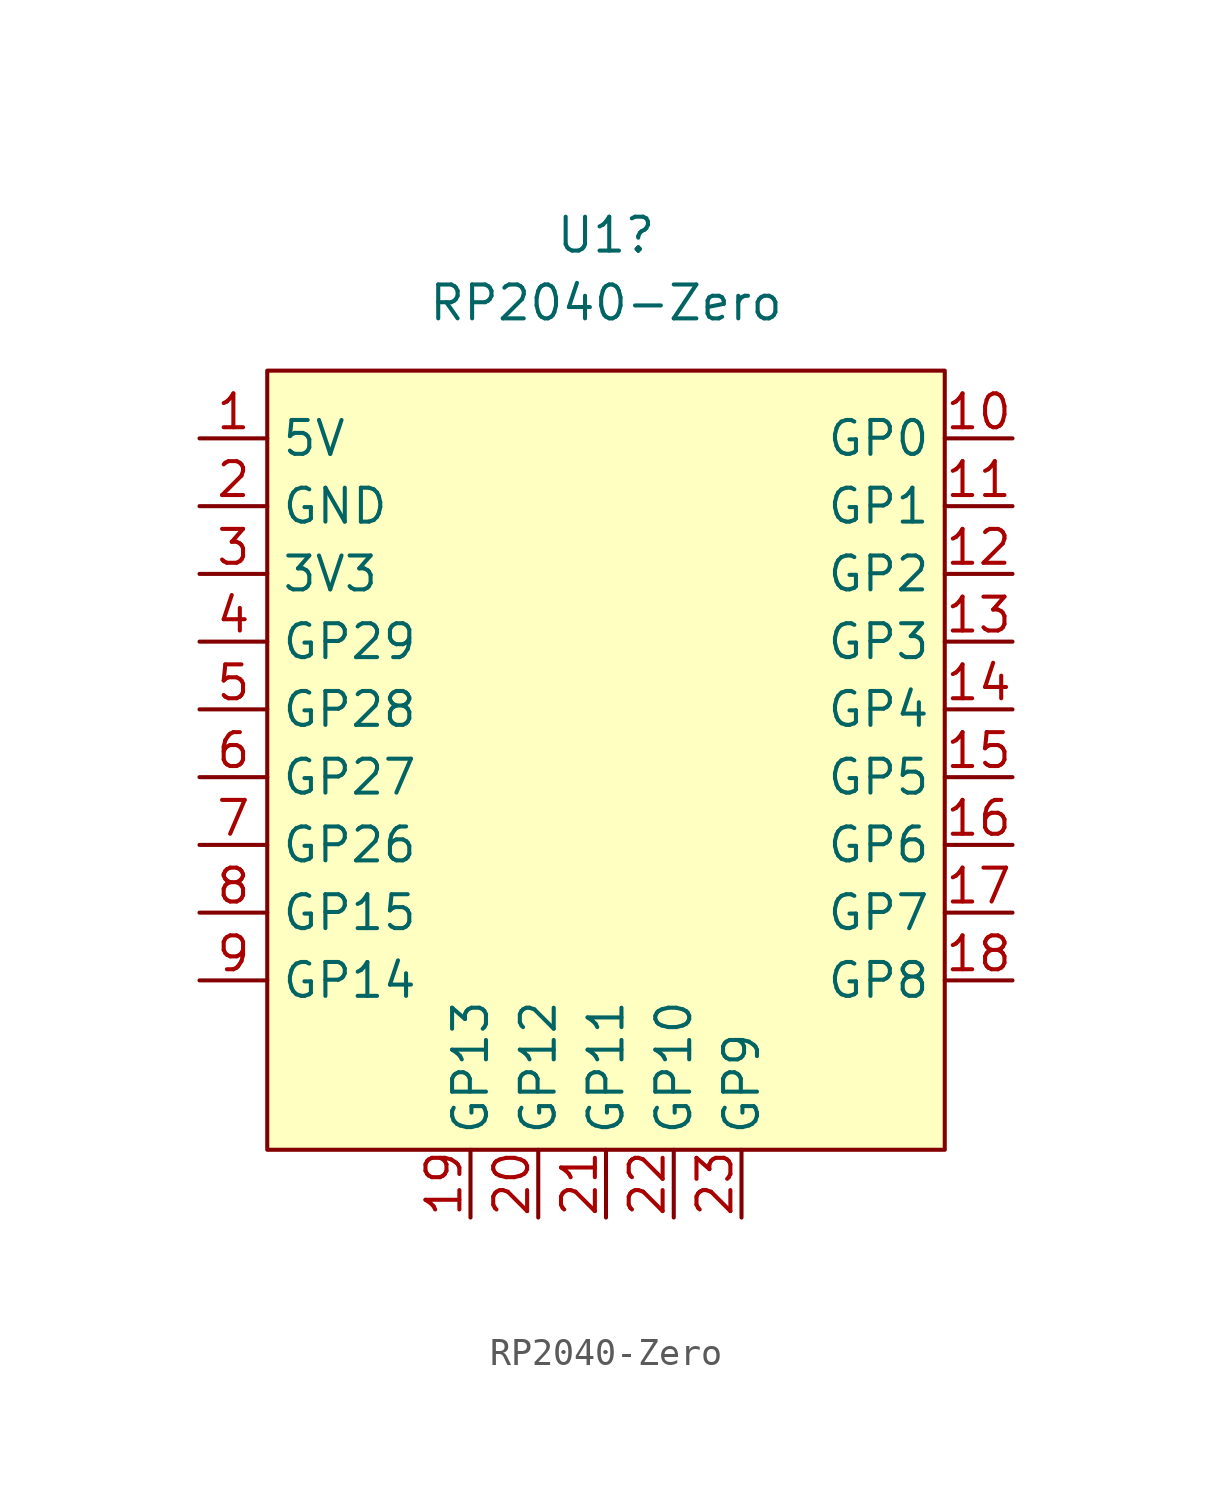
<source format=kicad_sym>
(kicad_symbol_lib
  (version 20231120)
  (generator "kicad_symbol_editor")
  (generator_version "8.0")
  (symbol "RP2040-Zero"
    (property "Reference" "U1"
      (at 0 12.7 0)
      (effects (font (size 1.27 1.27))))
    (property "Value" "RP2040-Zero"
      (at 0 10.16 0)
      (effects (font (size 1.27 1.27))))
    (symbol "RP2040-Zero_0_1"
      (rectangle (start -12.7 7.62) (end 12.7 -21.59) (stroke (width 0) (type default)) (fill (type background))))
    (symbol "RP2040-Zero_1_1"
      (pin power_in line (at -15.24 5.08 0) (length 2.54) (name "5V" (effects (font (size 1.27 1.27)))) (number "1" (effects (font (size 1.27 1.27)))))
      (pin bidirectional line (at 15.24 5.08 180) (length 2.54) (name "GP0" (effects (font (size 1.27 1.27)))) (number "10" (effects (font (size 1.27 1.27)))))
      (pin bidirectional line (at 15.24 2.54 180) (length 2.54) (name "GP1" (effects (font (size 1.27 1.27)))) (number "11" (effects (font (size 1.27 1.27)))))
      (pin bidirectional line (at 15.24 0 180) (length 2.54) (name "GP2" (effects (font (size 1.27 1.27)))) (number "12" (effects (font (size 1.27 1.27)))))
      (pin bidirectional line (at 15.24 -2.54 180) (length 2.54) (name "GP3" (effects (font (size 1.27 1.27)))) (number "13" (effects (font (size 1.27 1.27)))))
      (pin bidirectional line (at 15.24 -5.08 180) (length 2.54) (name "GP4" (effects (font (size 1.27 1.27)))) (number "14" (effects (font (size 1.27 1.27)))))
      (pin bidirectional line (at 15.24 -7.62 180) (length 2.54) (name "GP5" (effects (font (size 1.27 1.27)))) (number "15" (effects (font (size 1.27 1.27)))))
      (pin bidirectional line (at 15.24 -10.16 180) (length 2.54) (name "GP6" (effects (font (size 1.27 1.27)))) (number "16" (effects (font (size 1.27 1.27)))))
      (pin bidirectional line (at 15.24 -12.7 180) (length 2.54) (name "GP7" (effects (font (size 1.27 1.27)))) (number "17" (effects (font (size 1.27 1.27)))))
      (pin bidirectional line (at 15.24 -15.24 180) (length 2.54) (name "GP8" (effects (font (size 1.27 1.27)))) (number "18" (effects (font (size 1.27 1.27)))))
      (pin bidirectional line (at -5.08 -24.13 90) (length 2.54) (name "GP13" (effects (font (size 1.27 1.27)))) (number "19" (effects (font (size 1.27 1.27)))))
      (pin power_in line (at -15.24 2.54 0) (length 2.54) (name "GND" (effects (font (size 1.27 1.27)))) (number "2" (effects (font (size 1.27 1.27)))))
      (pin bidirectional line (at -2.54 -24.13 90) (length 2.54) (name "GP12" (effects (font (size 1.27 1.27)))) (number "20" (effects (font (size 1.27 1.27)))))
      (pin bidirectional line (at 0 -24.13 90) (length 2.54) (name "GP11" (effects (font (size 1.27 1.27)))) (number "21" (effects (font (size 1.27 1.27)))))
      (pin bidirectional line (at 2.54 -24.13 90) (length 2.54) (name "GP10" (effects (font (size 1.27 1.27)))) (number "22" (effects (font (size 1.27 1.27)))))
      (pin bidirectional line (at 5.08 -24.13 90) (length 2.54) (name "GP9" (effects (font (size 1.27 1.27)))) (number "23" (effects (font (size 1.27 1.27)))))
      (pin power_in line (at -15.24 0 0) (length 2.54) (name "3V3" (effects (font (size 1.27 1.27)))) (number "3" (effects (font (size 1.27 1.27)))))
      (pin bidirectional line (at -15.24 -2.54 0) (length 2.54) (name "GP29" (effects (font (size 1.27 1.27)))) (number "4" (effects (font (size 1.27 1.27)))))
      (pin bidirectional line (at -15.24 -5.08 0) (length 2.54) (name "GP28" (effects (font (size 1.27 1.27)))) (number "5" (effects (font (size 1.27 1.27)))))
      (pin bidirectional line (at -15.24 -7.62 0) (length 2.54) (name "GP27" (effects (font (size 1.27 1.27)))) (number "6" (effects (font (size 1.27 1.27)))))
      (pin bidirectional line (at -15.24 -10.16 0) (length 2.54) (name "GP26" (effects (font (size 1.27 1.27)))) (number "7" (effects (font (size 1.27 1.27)))))
      (pin bidirectional line (at -15.24 -12.7 0) (length 2.54) (name "GP15" (effects (font (size 1.27 1.27)))) (number "8" (effects (font (size 1.27 1.27)))))
      (pin bidirectional line (at -15.24 -15.24 0) (length 2.54) (name "GP14" (effects (font (size 1.27 1.27)))) (number "9" (effects (font (size 1.27 1.27))))))))
</source>
